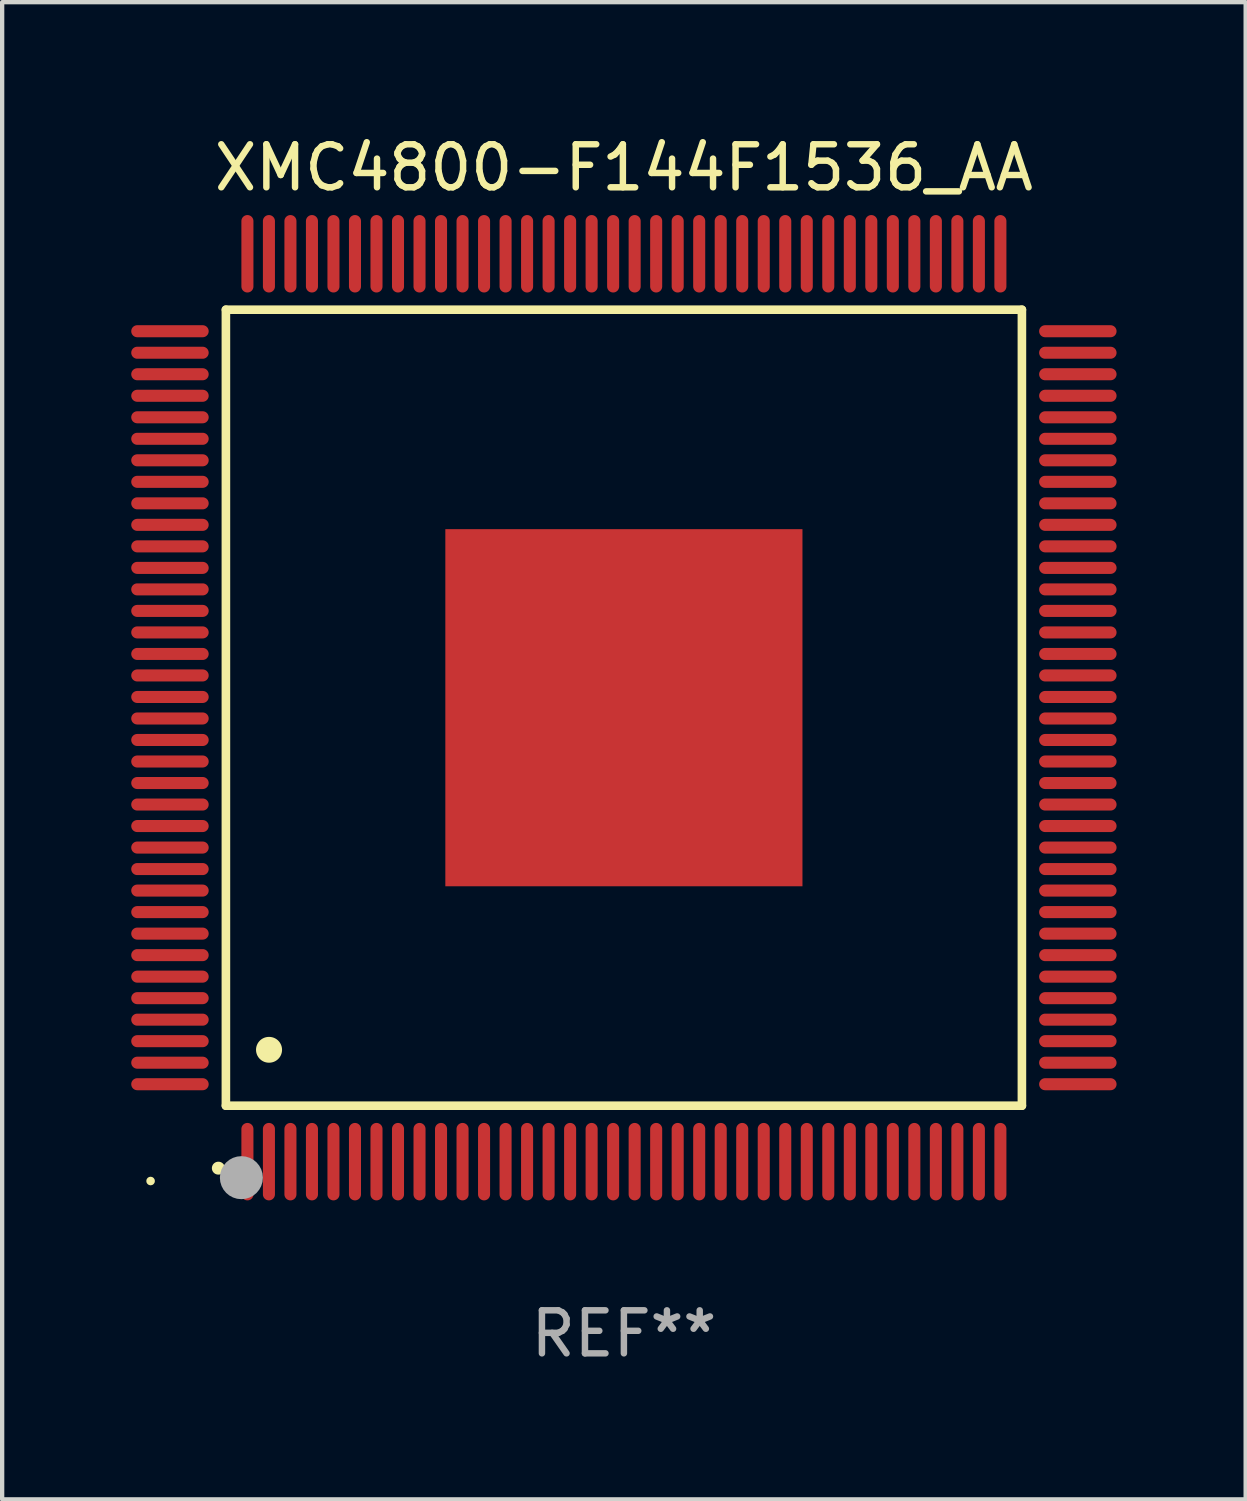
<source format=kicad_pcb>
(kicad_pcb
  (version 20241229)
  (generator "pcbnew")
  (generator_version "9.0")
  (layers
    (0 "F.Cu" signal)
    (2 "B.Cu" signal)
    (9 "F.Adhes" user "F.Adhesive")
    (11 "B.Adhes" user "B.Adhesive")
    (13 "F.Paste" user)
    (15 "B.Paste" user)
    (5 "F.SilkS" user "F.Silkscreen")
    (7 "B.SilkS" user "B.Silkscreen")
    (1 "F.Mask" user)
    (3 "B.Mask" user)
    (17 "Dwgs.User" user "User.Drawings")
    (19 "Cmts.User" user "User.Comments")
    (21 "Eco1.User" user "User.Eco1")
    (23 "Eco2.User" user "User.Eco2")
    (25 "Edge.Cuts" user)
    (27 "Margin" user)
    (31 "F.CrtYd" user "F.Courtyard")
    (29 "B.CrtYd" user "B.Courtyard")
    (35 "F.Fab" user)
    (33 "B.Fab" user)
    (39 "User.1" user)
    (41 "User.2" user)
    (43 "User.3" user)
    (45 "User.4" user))
  (footprint "XMC4800-F144F1536_AA"
    (layer "F.Cu")
    (at 11.45 13.398)
    (property "Reference" "XMC4800-F144F1536_AA" (at 0 -12.55 0) (layer "F.SilkS") (effects (font (size 1 1) (thickness 0.15))))
    (attr through_hole)
    (fp_line (start -9.25 -9.25) (end 9.25 -9.25) (stroke (width 0.2) (type solid)) (layer "F.SilkS"))
    (fp_line (start -9.25 9.25) (end -9.25 -9.25) (stroke (width 0.2) (type solid)) (layer "F.SilkS"))
    (fp_line (start 9.25 -9.25) (end 9.25 9.25) (stroke (width 0.2) (type solid)) (layer "F.SilkS"))
    (fp_line (start 9.25 9.25) (end -9.25 9.25) (stroke (width 0.2) (type solid)) (layer "F.SilkS"))
    (fp_arc (start -9.425959 10.701041) (mid -9.424689 10.701036) (end -9.423419 10.701041) (stroke (width 0.3) (type solid)) (layer "F.SilkS"))
    (fp_arc (start -8.249936 7.950216) (mid -8.247396 7.950205) (end -8.244856 7.950216) (stroke (width 0.6) (type solid)) (layer "F.SilkS"))
    (fp_circle (center -11 11) (end -10.95 11) (stroke (width 0.1) (type solid)) (fill no) (layer "F.SilkS"))
    (fp_circle (center -8.89 10.922) (end -8.64 10.922) (stroke (width 0.5) (type solid)) (fill no) (layer "F.Fab"))
    (fp_text user "REF**" (at 0 14.55 0) (layer "F.Fab") (effects (font (size 1 1) (thickness 0.15))))
    (pad "1" smd oval (at -8.75 10.55) (size 0.28 1.8) (layers "F.Cu" "F.Mask" "F.Paste"))
    (pad "2" smd oval (at -8.25 10.55) (size 0.28 1.8) (layers "F.Cu" "F.Mask" "F.Paste"))
    (pad "3" smd oval (at -7.75 10.55) (size 0.28 1.8) (layers "F.Cu" "F.Mask" "F.Paste"))
    (pad "4" smd oval (at -7.25 10.55) (size 0.28 1.8) (layers "F.Cu" "F.Mask" "F.Paste"))
    (pad "5" smd oval (at -6.75 10.55) (size 0.28 1.8) (layers "F.Cu" "F.Mask" "F.Paste"))
    (pad "6" smd oval (at -6.25 10.55) (size 0.28 1.8) (layers "F.Cu" "F.Mask" "F.Paste"))
    (pad "7" smd oval (at -5.75 10.55) (size 0.28 1.8) (layers "F.Cu" "F.Mask" "F.Paste"))
    (pad "8" smd oval (at -5.25 10.55) (size 0.28 1.8) (layers "F.Cu" "F.Mask" "F.Paste"))
    (pad "9" smd oval (at -4.75 10.55) (size 0.28 1.8) (layers "F.Cu" "F.Mask" "F.Paste"))
    (pad "10" smd oval (at -4.25 10.55) (size 0.28 1.8) (layers "F.Cu" "F.Mask" "F.Paste"))
    (pad "11" smd oval (at -3.75 10.55) (size 0.28 1.8) (layers "F.Cu" "F.Mask" "F.Paste"))
    (pad "12" smd oval (at -3.25 10.55) (size 0.28 1.8) (layers "F.Cu" "F.Mask" "F.Paste"))
    (pad "13" smd oval (at -2.75 10.55) (size 0.28 1.8) (layers "F.Cu" "F.Mask" "F.Paste"))
    (pad "14" smd oval (at -2.25 10.55) (size 0.28 1.8) (layers "F.Cu" "F.Mask" "F.Paste"))
    (pad "15" smd oval (at -1.75 10.55) (size 0.28 1.8) (layers "F.Cu" "F.Mask" "F.Paste"))
    (pad "16" smd oval (at -1.25 10.55) (size 0.28 1.8) (layers "F.Cu" "F.Mask" "F.Paste"))
    (pad "17" smd oval (at -0.75 10.55) (size 0.28 1.8) (layers "F.Cu" "F.Mask" "F.Paste"))
    (pad "18" smd oval (at -0.25 10.55) (size 0.28 1.8) (layers "F.Cu" "F.Mask" "F.Paste"))
    (pad "19" smd oval (at 0.25 10.55) (size 0.28 1.8) (layers "F.Cu" "F.Mask" "F.Paste"))
    (pad "20" smd oval (at 0.75 10.55) (size 0.28 1.8) (layers "F.Cu" "F.Mask" "F.Paste"))
    (pad "21" smd oval (at 1.25 10.55) (size 0.28 1.8) (layers "F.Cu" "F.Mask" "F.Paste"))
    (pad "22" smd oval (at 1.75 10.55) (size 0.28 1.8) (layers "F.Cu" "F.Mask" "F.Paste"))
    (pad "23" smd oval (at 2.25 10.55) (size 0.28 1.8) (layers "F.Cu" "F.Mask" "F.Paste"))
    (pad "24" smd oval (at 2.75 10.55) (size 0.28 1.8) (layers "F.Cu" "F.Mask" "F.Paste"))
    (pad "25" smd oval (at 3.25 10.55) (size 0.28 1.8) (layers "F.Cu" "F.Mask" "F.Paste"))
    (pad "26" smd oval (at 3.75 10.55) (size 0.28 1.8) (layers "F.Cu" "F.Mask" "F.Paste"))
    (pad "27" smd oval (at 4.25 10.55) (size 0.28 1.8) (layers "F.Cu" "F.Mask" "F.Paste"))
    (pad "28" smd oval (at 4.75 10.55) (size 0.28 1.8) (layers "F.Cu" "F.Mask" "F.Paste"))
    (pad "29" smd oval (at 5.25 10.55) (size 0.28 1.8) (layers "F.Cu" "F.Mask" "F.Paste"))
    (pad "30" smd oval (at 5.75 10.55) (size 0.28 1.8) (layers "F.Cu" "F.Mask" "F.Paste"))
    (pad "31" smd oval (at 6.25 10.55) (size 0.28 1.8) (layers "F.Cu" "F.Mask" "F.Paste"))
    (pad "32" smd oval (at 6.75 10.55) (size 0.28 1.8) (layers "F.Cu" "F.Mask" "F.Paste"))
    (pad "33" smd oval (at 7.25 10.55) (size 0.28 1.8) (layers "F.Cu" "F.Mask" "F.Paste"))
    (pad "34" smd oval (at 7.75 10.55) (size 0.28 1.8) (layers "F.Cu" "F.Mask" "F.Paste"))
    (pad "35" smd oval (at 8.25 10.55) (size 0.28 1.8) (layers "F.Cu" "F.Mask" "F.Paste"))
    (pad "36" smd oval (at 8.75 10.55) (size 0.28 1.8) (layers "F.Cu" "F.Mask" "F.Paste"))
    (pad "37" smd oval (at 10.55 8.75) (size 1.8 0.28) (layers "F.Cu" "F.Mask" "F.Paste"))
    (pad "38" smd oval (at 10.55 8.25) (size 1.8 0.28) (layers "F.Cu" "F.Mask" "F.Paste"))
    (pad "39" smd oval (at 10.55 7.75) (size 1.8 0.28) (layers "F.Cu" "F.Mask" "F.Paste"))
    (pad "40" smd oval (at 10.55 7.25) (size 1.8 0.28) (layers "F.Cu" "F.Mask" "F.Paste"))
    (pad "41" smd oval (at 10.55 6.75) (size 1.8 0.28) (layers "F.Cu" "F.Mask" "F.Paste"))
    (pad "42" smd oval (at 10.55 6.25) (size 1.8 0.28) (layers "F.Cu" "F.Mask" "F.Paste"))
    (pad "43" smd oval (at 10.55 5.75) (size 1.8 0.28) (layers "F.Cu" "F.Mask" "F.Paste"))
    (pad "44" smd oval (at 10.55 5.25) (size 1.8 0.28) (layers "F.Cu" "F.Mask" "F.Paste"))
    (pad "45" smd oval (at 10.55 4.75) (size 1.8 0.28) (layers "F.Cu" "F.Mask" "F.Paste"))
    (pad "46" smd oval (at 10.55 4.25) (size 1.8 0.28) (layers "F.Cu" "F.Mask" "F.Paste"))
    (pad "47" smd oval (at 10.55 3.75) (size 1.8 0.28) (layers "F.Cu" "F.Mask" "F.Paste"))
    (pad "48" smd oval (at 10.55 3.25) (size 1.8 0.28) (layers "F.Cu" "F.Mask" "F.Paste"))
    (pad "49" smd oval (at 10.55 2.75) (size 1.8 0.28) (layers "F.Cu" "F.Mask" "F.Paste"))
    (pad "50" smd oval (at 10.55 2.25) (size 1.8 0.28) (layers "F.Cu" "F.Mask" "F.Paste"))
    (pad "51" smd oval (at 10.55 1.75) (size 1.8 0.28) (layers "F.Cu" "F.Mask" "F.Paste"))
    (pad "52" smd oval (at 10.55 1.25) (size 1.8 0.28) (layers "F.Cu" "F.Mask" "F.Paste"))
    (pad "53" smd oval (at 10.55 0.75) (size 1.8 0.28) (layers "F.Cu" "F.Mask" "F.Paste"))
    (pad "54" smd oval (at 10.55 0.25) (size 1.8 0.28) (layers "F.Cu" "F.Mask" "F.Paste"))
    (pad "55" smd oval (at 10.55 -0.25) (size 1.8 0.28) (layers "F.Cu" "F.Mask" "F.Paste"))
    (pad "56" smd oval (at 10.55 -0.75) (size 1.8 0.28) (layers "F.Cu" "F.Mask" "F.Paste"))
    (pad "57" smd oval (at 10.55 -1.25) (size 1.8 0.28) (layers "F.Cu" "F.Mask" "F.Paste"))
    (pad "58" smd oval (at 10.55 -1.75) (size 1.8 0.28) (layers "F.Cu" "F.Mask" "F.Paste"))
    (pad "59" smd oval (at 10.55 -2.25) (size 1.8 0.28) (layers "F.Cu" "F.Mask" "F.Paste"))
    (pad "60" smd oval (at 10.55 -2.75) (size 1.8 0.28) (layers "F.Cu" "F.Mask" "F.Paste"))
    (pad "61" smd oval (at 10.55 -3.25) (size 1.8 0.28) (layers "F.Cu" "F.Mask" "F.Paste"))
    (pad "62" smd oval (at 10.55 -3.75) (size 1.8 0.28) (layers "F.Cu" "F.Mask" "F.Paste"))
    (pad "63" smd oval (at 10.55 -4.25) (size 1.8 0.28) (layers "F.Cu" "F.Mask" "F.Paste"))
    (pad "64" smd oval (at 10.55 -4.75) (size 1.8 0.28) (layers "F.Cu" "F.Mask" "F.Paste"))
    (pad "65" smd oval (at 10.55 -5.25) (size 1.8 0.28) (layers "F.Cu" "F.Mask" "F.Paste"))
    (pad "66" smd oval (at 10.55 -5.75) (size 1.8 0.28) (layers "F.Cu" "F.Mask" "F.Paste"))
    (pad "67" smd oval (at 10.55 -6.25) (size 1.8 0.28) (layers "F.Cu" "F.Mask" "F.Paste"))
    (pad "68" smd oval (at 10.55 -6.75) (size 1.8 0.28) (layers "F.Cu" "F.Mask" "F.Paste"))
    (pad "69" smd oval (at 10.55 -7.25) (size 1.8 0.28) (layers "F.Cu" "F.Mask" "F.Paste"))
    (pad "70" smd oval (at 10.55 -7.75) (size 1.8 0.28) (layers "F.Cu" "F.Mask" "F.Paste"))
    (pad "71" smd oval (at 10.55 -8.25) (size 1.8 0.28) (layers "F.Cu" "F.Mask" "F.Paste"))
    (pad "72" smd oval (at 10.55 -8.75) (size 1.8 0.28) (layers "F.Cu" "F.Mask" "F.Paste"))
    (pad "73" smd oval (at 8.75 -10.55) (size 0.28 1.8) (layers "F.Cu" "F.Mask" "F.Paste"))
    (pad "74" smd oval (at 8.25 -10.55) (size 0.28 1.8) (layers "F.Cu" "F.Mask" "F.Paste"))
    (pad "75" smd oval (at 7.75 -10.55) (size 0.28 1.8) (layers "F.Cu" "F.Mask" "F.Paste"))
    (pad "76" smd oval (at 7.25 -10.55) (size 0.28 1.8) (layers "F.Cu" "F.Mask" "F.Paste"))
    (pad "77" smd oval (at 6.75 -10.55) (size 0.28 1.8) (layers "F.Cu" "F.Mask" "F.Paste"))
    (pad "78" smd oval (at 6.25 -10.55) (size 0.28 1.8) (layers "F.Cu" "F.Mask" "F.Paste"))
    (pad "79" smd oval (at 5.75 -10.55) (size 0.28 1.8) (layers "F.Cu" "F.Mask" "F.Paste"))
    (pad "80" smd oval (at 5.25 -10.55) (size 0.28 1.8) (layers "F.Cu" "F.Mask" "F.Paste"))
    (pad "81" smd oval (at 4.75 -10.55) (size 0.28 1.8) (layers "F.Cu" "F.Mask" "F.Paste"))
    (pad "82" smd oval (at 4.25 -10.55) (size 0.28 1.8) (layers "F.Cu" "F.Mask" "F.Paste"))
    (pad "83" smd oval (at 3.75 -10.55) (size 0.28 1.8) (layers "F.Cu" "F.Mask" "F.Paste"))
    (pad "84" smd oval (at 3.25 -10.55) (size 0.28 1.8) (layers "F.Cu" "F.Mask" "F.Paste"))
    (pad "85" smd oval (at 2.75 -10.55) (size 0.28 1.8) (layers "F.Cu" "F.Mask" "F.Paste"))
    (pad "86" smd oval (at 2.25 -10.55) (size 0.28 1.8) (layers "F.Cu" "F.Mask" "F.Paste"))
    (pad "87" smd oval (at 1.75 -10.55) (size 0.28 1.8) (layers "F.Cu" "F.Mask" "F.Paste"))
    (pad "88" smd oval (at 1.25 -10.55) (size 0.28 1.8) (layers "F.Cu" "F.Mask" "F.Paste"))
    (pad "89" smd oval (at 0.75 -10.55) (size 0.28 1.8) (layers "F.Cu" "F.Mask" "F.Paste"))
    (pad "90" smd oval (at 0.25 -10.55) (size 0.28 1.8) (layers "F.Cu" "F.Mask" "F.Paste"))
    (pad "91" smd oval (at -0.25 -10.55) (size 0.28 1.8) (layers "F.Cu" "F.Mask" "F.Paste"))
    (pad "92" smd oval (at -0.75 -10.55) (size 0.28 1.8) (layers "F.Cu" "F.Mask" "F.Paste"))
    (pad "93" smd oval (at -1.25 -10.55) (size 0.28 1.8) (layers "F.Cu" "F.Mask" "F.Paste"))
    (pad "94" smd oval (at -1.75 -10.55) (size 0.28 1.8) (layers "F.Cu" "F.Mask" "F.Paste"))
    (pad "95" smd oval (at -2.25 -10.55) (size 0.28 1.8) (layers "F.Cu" "F.Mask" "F.Paste"))
    (pad "96" smd oval (at -2.75 -10.55) (size 0.28 1.8) (layers "F.Cu" "F.Mask" "F.Paste"))
    (pad "97" smd oval (at -3.25 -10.55) (size 0.28 1.8) (layers "F.Cu" "F.Mask" "F.Paste"))
    (pad "98" smd oval (at -3.75 -10.55) (size 0.28 1.8) (layers "F.Cu" "F.Mask" "F.Paste"))
    (pad "99" smd oval (at -4.25 -10.55) (size 0.28 1.8) (layers "F.Cu" "F.Mask" "F.Paste"))
    (pad "100" smd oval (at -4.75 -10.55) (size 0.28 1.8) (layers "F.Cu" "F.Mask" "F.Paste"))
    (pad "101" smd oval (at -5.25 -10.55) (size 0.28 1.8) (layers "F.Cu" "F.Mask" "F.Paste"))
    (pad "102" smd oval (at -5.75 -10.55) (size 0.28 1.8) (layers "F.Cu" "F.Mask" "F.Paste"))
    (pad "103" smd oval (at -6.25 -10.55) (size 0.28 1.8) (layers "F.Cu" "F.Mask" "F.Paste"))
    (pad "104" smd oval (at -6.75 -10.55) (size 0.28 1.8) (layers "F.Cu" "F.Mask" "F.Paste"))
    (pad "105" smd oval (at -7.25 -10.55) (size 0.28 1.8) (layers "F.Cu" "F.Mask" "F.Paste"))
    (pad "106" smd oval (at -7.75 -10.55) (size 0.28 1.8) (layers "F.Cu" "F.Mask" "F.Paste"))
    (pad "107" smd oval (at -8.25 -10.55) (size 0.28 1.8) (layers "F.Cu" "F.Mask" "F.Paste"))
    (pad "108" smd oval (at -8.75 -10.55) (size 0.28 1.8) (layers "F.Cu" "F.Mask" "F.Paste"))
    (pad "109" smd oval (at -10.55 -8.75) (size 1.8 0.28) (layers "F.Cu" "F.Mask" "F.Paste"))
    (pad "110" smd oval (at -10.55 -8.25) (size 1.8 0.28) (layers "F.Cu" "F.Mask" "F.Paste"))
    (pad "111" smd oval (at -10.55 -7.75) (size 1.8 0.28) (layers "F.Cu" "F.Mask" "F.Paste"))
    (pad "112" smd oval (at -10.55 -7.25) (size 1.8 0.28) (layers "F.Cu" "F.Mask" "F.Paste"))
    (pad "113" smd oval (at -10.55 -6.75) (size 1.8 0.28) (layers "F.Cu" "F.Mask" "F.Paste"))
    (pad "114" smd oval (at -10.55 -6.25) (size 1.8 0.28) (layers "F.Cu" "F.Mask" "F.Paste"))
    (pad "115" smd oval (at -10.55 -5.75) (size 1.8 0.28) (layers "F.Cu" "F.Mask" "F.Paste"))
    (pad "116" smd oval (at -10.55 -5.25) (size 1.8 0.28) (layers "F.Cu" "F.Mask" "F.Paste"))
    (pad "117" smd oval (at -10.55 -4.75) (size 1.8 0.28) (layers "F.Cu" "F.Mask" "F.Paste"))
    (pad "118" smd oval (at -10.55 -4.25) (size 1.8 0.28) (layers "F.Cu" "F.Mask" "F.Paste"))
    (pad "119" smd oval (at -10.55 -3.75) (size 1.8 0.28) (layers "F.Cu" "F.Mask" "F.Paste"))
    (pad "120" smd oval (at -10.55 -3.25) (size 1.8 0.28) (layers "F.Cu" "F.Mask" "F.Paste"))
    (pad "121" smd oval (at -10.55 -2.75) (size 1.8 0.28) (layers "F.Cu" "F.Mask" "F.Paste"))
    (pad "122" smd oval (at -10.55 -2.25) (size 1.8 0.28) (layers "F.Cu" "F.Mask" "F.Paste"))
    (pad "123" smd oval (at -10.55 -1.75) (size 1.8 0.28) (layers "F.Cu" "F.Mask" "F.Paste"))
    (pad "124" smd oval (at -10.55 -1.25) (size 1.8 0.28) (layers "F.Cu" "F.Mask" "F.Paste"))
    (pad "125" smd oval (at -10.55 -0.75) (size 1.8 0.28) (layers "F.Cu" "F.Mask" "F.Paste"))
    (pad "126" smd oval (at -10.55 -0.25) (size 1.8 0.28) (layers "F.Cu" "F.Mask" "F.Paste"))
    (pad "127" smd oval (at -10.55 0.25) (size 1.8 0.28) (layers "F.Cu" "F.Mask" "F.Paste"))
    (pad "128" smd oval (at -10.55 0.75) (size 1.8 0.28) (layers "F.Cu" "F.Mask" "F.Paste"))
    (pad "129" smd oval (at -10.55 1.25) (size 1.8 0.28) (layers "F.Cu" "F.Mask" "F.Paste"))
    (pad "130" smd oval (at -10.55 1.75) (size 1.8 0.28) (layers "F.Cu" "F.Mask" "F.Paste"))
    (pad "131" smd oval (at -10.55 2.25) (size 1.8 0.28) (layers "F.Cu" "F.Mask" "F.Paste"))
    (pad "132" smd oval (at -10.55 2.75) (size 1.8 0.28) (layers "F.Cu" "F.Mask" "F.Paste"))
    (pad "133" smd oval (at -10.55 3.25) (size 1.8 0.28) (layers "F.Cu" "F.Mask" "F.Paste"))
    (pad "134" smd oval (at -10.55 3.75) (size 1.8 0.28) (layers "F.Cu" "F.Mask" "F.Paste"))
    (pad "135" smd oval (at -10.55 4.25) (size 1.8 0.28) (layers "F.Cu" "F.Mask" "F.Paste"))
    (pad "136" smd oval (at -10.55 4.75) (size 1.8 0.28) (layers "F.Cu" "F.Mask" "F.Paste"))
    (pad "137" smd oval (at -10.55 5.25) (size 1.8 0.28) (layers "F.Cu" "F.Mask" "F.Paste"))
    (pad "138" smd oval (at -10.55 5.75) (size 1.8 0.28) (layers "F.Cu" "F.Mask" "F.Paste"))
    (pad "139" smd oval (at -10.55 6.25) (size 1.8 0.28) (layers "F.Cu" "F.Mask" "F.Paste"))
    (pad "140" smd oval (at -10.55 6.75) (size 1.8 0.28) (layers "F.Cu" "F.Mask" "F.Paste"))
    (pad "141" smd oval (at -10.55 7.25) (size 1.8 0.28) (layers "F.Cu" "F.Mask" "F.Paste"))
    (pad "142" smd oval (at -10.55 7.75) (size 1.8 0.28) (layers "F.Cu" "F.Mask" "F.Paste"))
    (pad "143" smd oval (at -10.55 8.25) (size 1.8 0.28) (layers "F.Cu" "F.Mask" "F.Paste"))
    (pad "144" smd oval (at -10.55 8.75) (size 1.8 0.28) (layers "F.Cu" "F.Mask" "F.Paste"))
    (pad "145" smd rect (at 0 0) (size 8.3 8.3) (layers "F.Cu" "F.Mask" "F.Paste")))
  (gr_rect
    (start -3 -3)
    (end 25.9 31.796)
    (stroke (width 0.1) (type default))
    (fill no)
    (layer "Edge.Cuts")))
</source>
